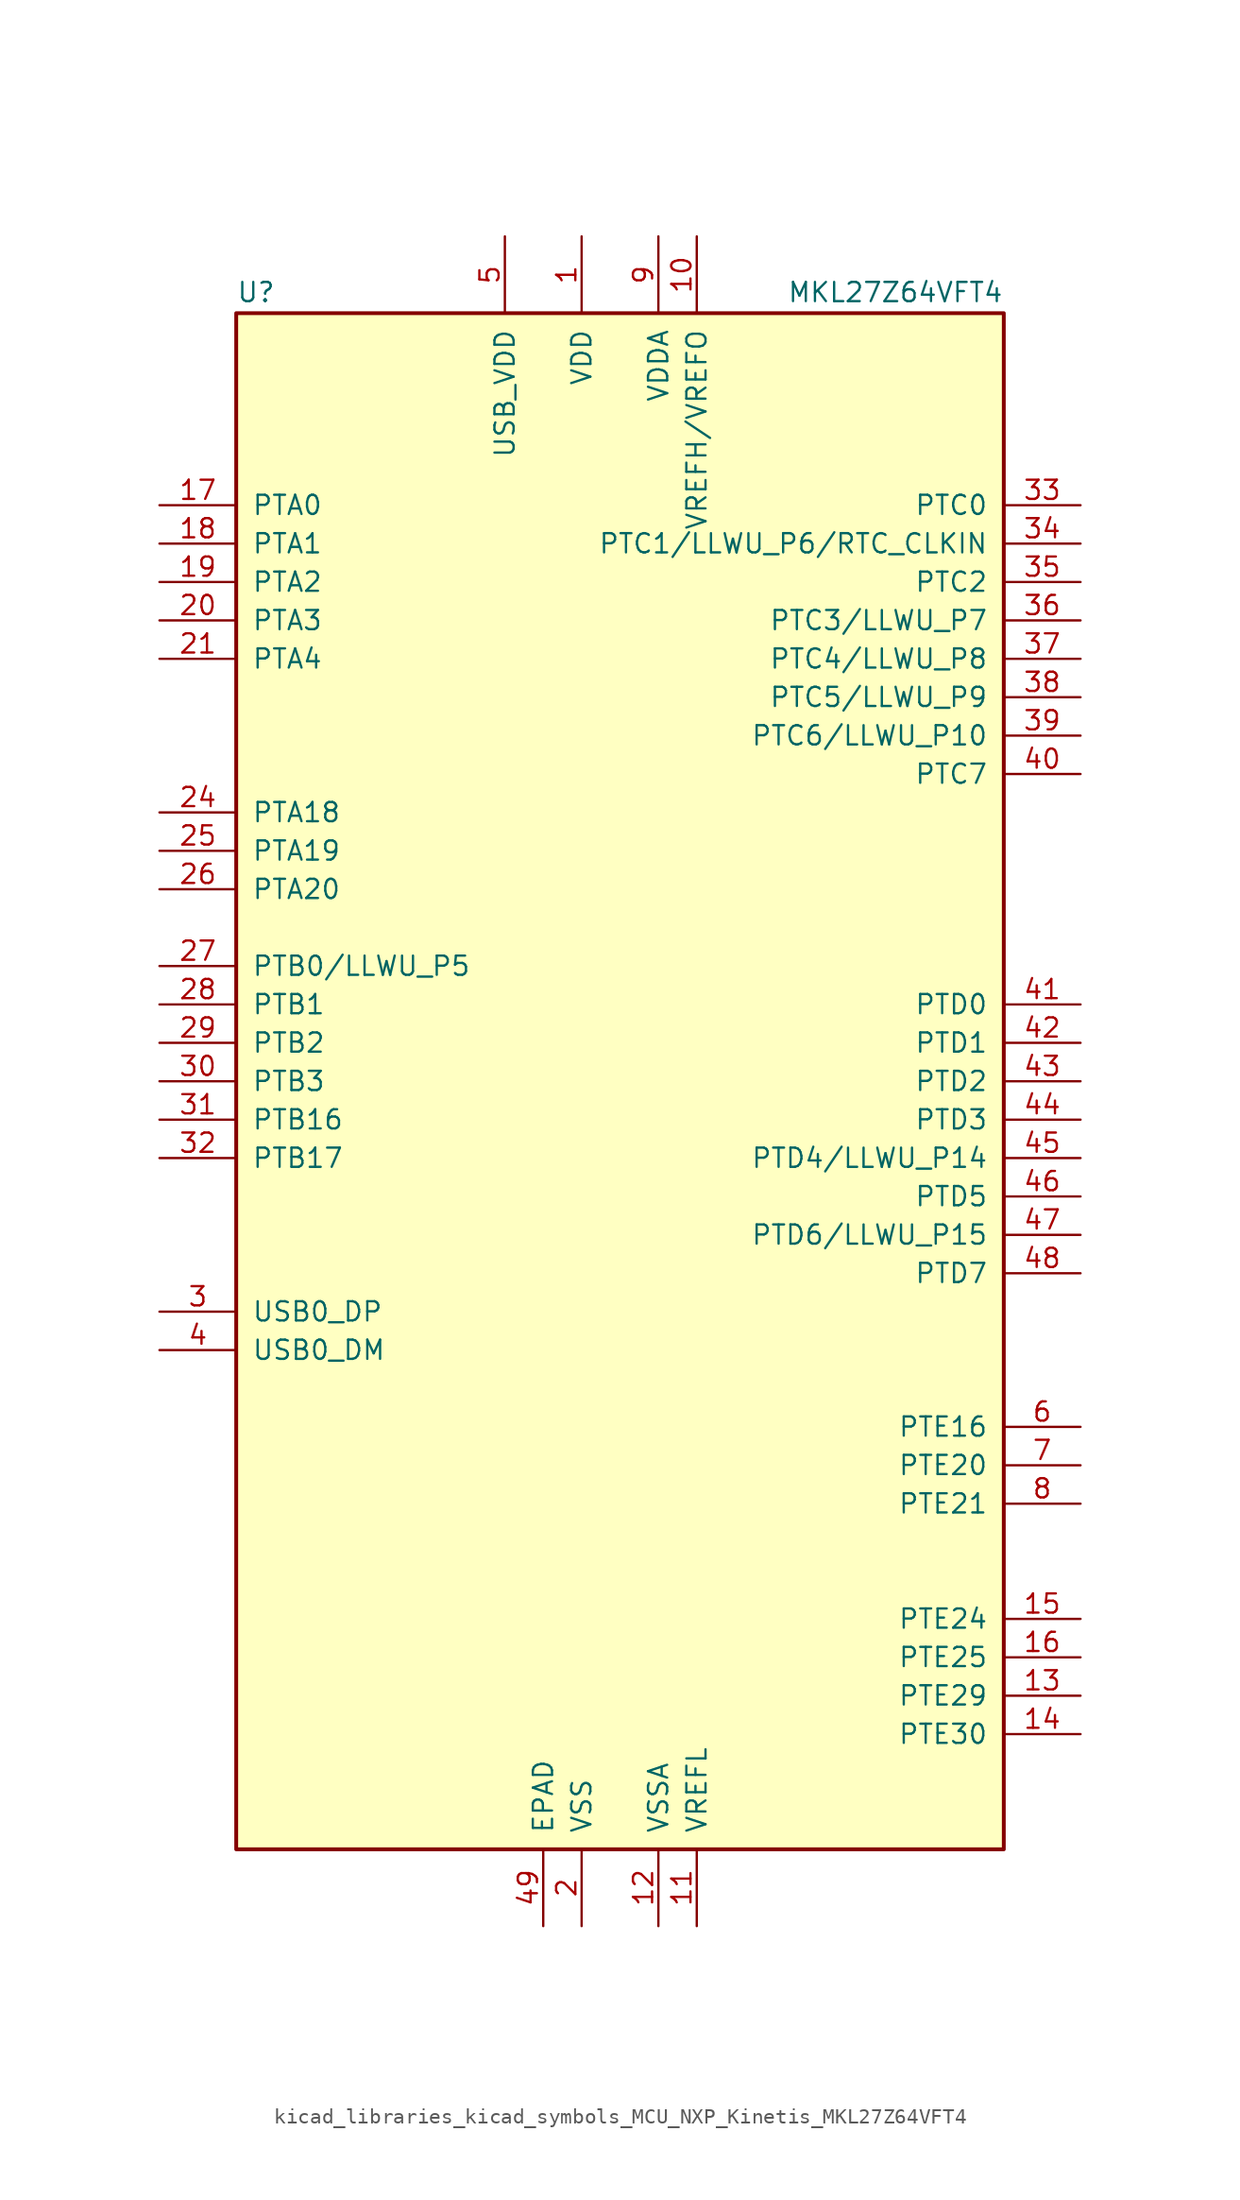
<source format=kicad_sym>
(kicad_symbol_lib
  (version 20220914)
  (generator kicad_symbol_editor)
  (symbol "kicad_libraries_kicad_symbols_MCU_NXP_Kinetis_MKL27Z64VFT4"
    (pin_names
      (offset 1.016))
    (property "Reference" "U"
      (at -25.4 51.435 0)
      (effects (font (size 1.27 1.27)) (justify left bottom)))
    (property "Value" "MKL27Z64VFT4"
      (at 25.4 51.435 0)
      (effects (font (size 1.27 1.27)) (justify right bottom)))
    (symbol "kicad_libraries_kicad_symbols_MCU_NXP_Kinetis_MKL27Z64VFT4_0_1"
      (rectangle (start -25.4 50.8) (end 25.4 -50.8) (stroke (width 0.254) (type default)) (fill (type background))))
    (symbol "kicad_libraries_kicad_symbols_MCU_NXP_Kinetis_MKL27Z64VFT4_1_1"
      (pin power_in line (at -2.54 55.88 270) (length 5.08) (name "VDD" (effects (font (size 1.27 1.27)))) (number "1" (effects (font (size 1.27 1.27)))))
      (pin power_in line (at 5.08 55.88 270) (length 5.08) (name "VREFH/VREFO" (effects (font (size 1.27 1.27)))) (number "10" (effects (font (size 1.27 1.27)))))
      (pin power_in line (at 5.08 -55.88 90) (length 5.08) (name "VREFL" (effects (font (size 1.27 1.27)))) (number "11" (effects (font (size 1.27 1.27)))))
      (pin power_in line (at 2.54 -55.88 90) (length 5.08) (name "VSSA" (effects (font (size 1.27 1.27)))) (number "12" (effects (font (size 1.27 1.27)))))
      (pin bidirectional line (at 30.48 -40.64 180) (length 5.08) (name "PTE29" (effects (font (size 1.27 1.27)))) (number "13" (effects (font (size 1.27 1.27)))))
      (pin bidirectional line (at 30.48 -43.18 180) (length 5.08) (name "PTE30" (effects (font (size 1.27 1.27)))) (number "14" (effects (font (size 1.27 1.27)))))
      (pin bidirectional line (at 30.48 -35.56 180) (length 5.08) (name "PTE24" (effects (font (size 1.27 1.27)))) (number "15" (effects (font (size 1.27 1.27)))))
      (pin bidirectional line (at 30.48 -38.1 180) (length 5.08) (name "PTE25" (effects (font (size 1.27 1.27)))) (number "16" (effects (font (size 1.27 1.27)))))
      (pin bidirectional line (at -30.48 38.1 0) (length 5.08) (name "PTA0" (effects (font (size 1.27 1.27)))) (number "17" (effects (font (size 1.27 1.27)))))
      (pin bidirectional line (at -30.48 35.56 0) (length 5.08) (name "PTA1" (effects (font (size 1.27 1.27)))) (number "18" (effects (font (size 1.27 1.27)))))
      (pin bidirectional line (at -30.48 33.02 0) (length 5.08) (name "PTA2" (effects (font (size 1.27 1.27)))) (number "19" (effects (font (size 1.27 1.27)))))
      (pin power_in line (at -2.54 -55.88 90) (length 5.08) (name "VSS" (effects (font (size 1.27 1.27)))) (number "2" (effects (font (size 1.27 1.27)))))
      (pin bidirectional line (at -30.48 30.48 0) (length 5.08) (name "PTA3" (effects (font (size 1.27 1.27)))) (number "20" (effects (font (size 1.27 1.27)))))
      (pin bidirectional line (at -30.48 27.94 0) (length 5.08) (name "PTA4" (effects (font (size 1.27 1.27)))) (number "21" (effects (font (size 1.27 1.27)))))
      (pin passive line (at -2.54 55.88 270) (length 5.08) hide (name "VDD" (effects (font (size 1.27 1.27)))) (number "22" (effects (font (size 1.27 1.27)))))
      (pin passive line (at -2.54 -55.88 90) (length 5.08) hide (name "VSS" (effects (font (size 1.27 1.27)))) (number "23" (effects (font (size 1.27 1.27)))))
      (pin bidirectional line (at -30.48 17.78 0) (length 5.08) (name "PTA18" (effects (font (size 1.27 1.27)))) (number "24" (effects (font (size 1.27 1.27)))))
      (pin bidirectional line (at -30.48 15.24 0) (length 5.08) (name "PTA19" (effects (font (size 1.27 1.27)))) (number "25" (effects (font (size 1.27 1.27)))))
      (pin bidirectional line (at -30.48 12.7 0) (length 5.08) (name "PTA20" (effects (font (size 1.27 1.27)))) (number "26" (effects (font (size 1.27 1.27)))))
      (pin bidirectional line (at -30.48 7.62 0) (length 5.08) (name "PTB0/LLWU_P5" (effects (font (size 1.27 1.27)))) (number "27" (effects (font (size 1.27 1.27)))))
      (pin bidirectional line (at -30.48 5.08 0) (length 5.08) (name "PTB1" (effects (font (size 1.27 1.27)))) (number "28" (effects (font (size 1.27 1.27)))))
      (pin bidirectional line (at -30.48 2.54 0) (length 5.08) (name "PTB2" (effects (font (size 1.27 1.27)))) (number "29" (effects (font (size 1.27 1.27)))))
      (pin bidirectional line (at -30.48 -15.24 0) (length 5.08) (name "USB0_DP" (effects (font (size 1.27 1.27)))) (number "3" (effects (font (size 1.27 1.27)))))
      (pin bidirectional line (at -30.48 0 0) (length 5.08) (name "PTB3" (effects (font (size 1.27 1.27)))) (number "30" (effects (font (size 1.27 1.27)))))
      (pin bidirectional line (at -30.48 -2.54 0) (length 5.08) (name "PTB16" (effects (font (size 1.27 1.27)))) (number "31" (effects (font (size 1.27 1.27)))))
      (pin bidirectional line (at -30.48 -5.08 0) (length 5.08) (name "PTB17" (effects (font (size 1.27 1.27)))) (number "32" (effects (font (size 1.27 1.27)))))
      (pin bidirectional line (at 30.48 38.1 180) (length 5.08) (name "PTC0" (effects (font (size 1.27 1.27)))) (number "33" (effects (font (size 1.27 1.27)))))
      (pin bidirectional line (at 30.48 35.56 180) (length 5.08) (name "PTC1/LLWU_P6/RTC_CLKIN" (effects (font (size 1.27 1.27)))) (number "34" (effects (font (size 1.27 1.27)))))
      (pin bidirectional line (at 30.48 33.02 180) (length 5.08) (name "PTC2" (effects (font (size 1.27 1.27)))) (number "35" (effects (font (size 1.27 1.27)))))
      (pin bidirectional line (at 30.48 30.48 180) (length 5.08) (name "PTC3/LLWU_P7" (effects (font (size 1.27 1.27)))) (number "36" (effects (font (size 1.27 1.27)))))
      (pin bidirectional line (at 30.48 27.94 180) (length 5.08) (name "PTC4/LLWU_P8" (effects (font (size 1.27 1.27)))) (number "37" (effects (font (size 1.27 1.27)))))
      (pin bidirectional line (at 30.48 25.4 180) (length 5.08) (name "PTC5/LLWU_P9" (effects (font (size 1.27 1.27)))) (number "38" (effects (font (size 1.27 1.27)))))
      (pin bidirectional line (at 30.48 22.86 180) (length 5.08) (name "PTC6/LLWU_P10" (effects (font (size 1.27 1.27)))) (number "39" (effects (font (size 1.27 1.27)))))
      (pin bidirectional line (at -30.48 -17.78 0) (length 5.08) (name "USB0_DM" (effects (font (size 1.27 1.27)))) (number "4" (effects (font (size 1.27 1.27)))))
      (pin bidirectional line (at 30.48 20.32 180) (length 5.08) (name "PTC7" (effects (font (size 1.27 1.27)))) (number "40" (effects (font (size 1.27 1.27)))))
      (pin bidirectional line (at 30.48 5.08 180) (length 5.08) (name "PTD0" (effects (font (size 1.27 1.27)))) (number "41" (effects (font (size 1.27 1.27)))))
      (pin bidirectional line (at 30.48 2.54 180) (length 5.08) (name "PTD1" (effects (font (size 1.27 1.27)))) (number "42" (effects (font (size 1.27 1.27)))))
      (pin bidirectional line (at 30.48 0 180) (length 5.08) (name "PTD2" (effects (font (size 1.27 1.27)))) (number "43" (effects (font (size 1.27 1.27)))))
      (pin bidirectional line (at 30.48 -2.54 180) (length 5.08) (name "PTD3" (effects (font (size 1.27 1.27)))) (number "44" (effects (font (size 1.27 1.27)))))
      (pin bidirectional line (at 30.48 -5.08 180) (length 5.08) (name "PTD4/LLWU_P14" (effects (font (size 1.27 1.27)))) (number "45" (effects (font (size 1.27 1.27)))))
      (pin bidirectional line (at 30.48 -7.62 180) (length 5.08) (name "PTD5" (effects (font (size 1.27 1.27)))) (number "46" (effects (font (size 1.27 1.27)))))
      (pin bidirectional line (at 30.48 -10.16 180) (length 5.08) (name "PTD6/LLWU_P15" (effects (font (size 1.27 1.27)))) (number "47" (effects (font (size 1.27 1.27)))))
      (pin bidirectional line (at 30.48 -12.7 180) (length 5.08) (name "PTD7" (effects (font (size 1.27 1.27)))) (number "48" (effects (font (size 1.27 1.27)))))
      (pin power_in line (at -5.08 -55.88 90) (length 5.08) (name "EPAD" (effects (font (size 1.27 1.27)))) (number "49" (effects (font (size 1.27 1.27)))))
      (pin power_in line (at -7.62 55.88 270) (length 5.08) (name "USB_VDD" (effects (font (size 1.27 1.27)))) (number "5" (effects (font (size 1.27 1.27)))))
      (pin bidirectional line (at 30.48 -22.86 180) (length 5.08) (name "PTE16" (effects (font (size 1.27 1.27)))) (number "6" (effects (font (size 1.27 1.27)))))
      (pin bidirectional line (at 30.48 -25.4 180) (length 5.08) (name "PTE20" (effects (font (size 1.27 1.27)))) (number "7" (effects (font (size 1.27 1.27)))))
      (pin bidirectional line (at 30.48 -27.94 180) (length 5.08) (name "PTE21" (effects (font (size 1.27 1.27)))) (number "8" (effects (font (size 1.27 1.27)))))
      (pin power_in line (at 2.54 55.88 270) (length 5.08) (name "VDDA" (effects (font (size 1.27 1.27)))) (number "9" (effects (font (size 1.27 1.27))))))))
</source>
